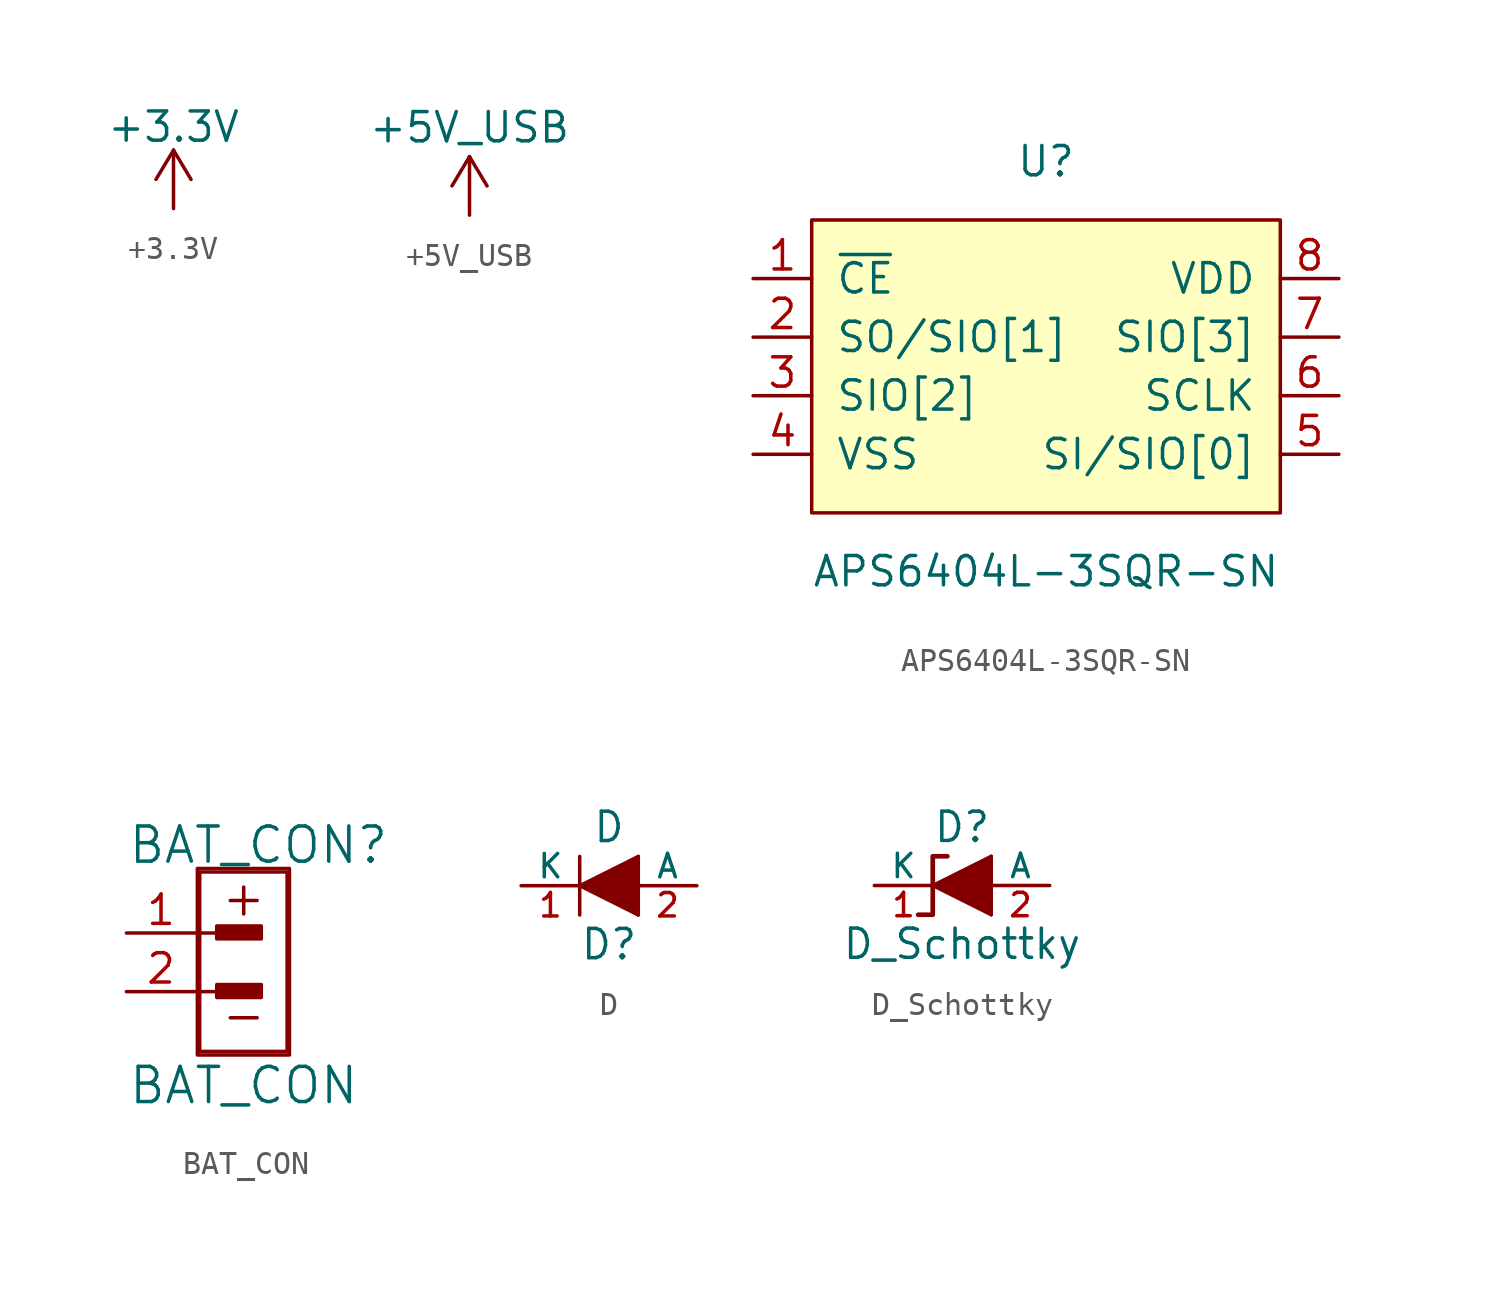
<source format=kicad_sym>
(kicad_symbol_lib
  (version 20241209)
  (generator "kicad_symbol_editor")
  (generator_version "9.0")
  (symbol "+3.3V"
    (power)
    (pin_names
      (offset 0))
    (property "Reference" "#PWR"
      (at 0 -3.81 0)
      (effects (font (size 1.27 1.27)) (hide yes)))
    (property "Value" "+3.3V"
      (at 0 3.556 0)
      (effects (font (size 1.27 1.27))))
    (property "Footprint" ""
      (at 0 0 0)
      (effects (font (size 1.524 1.524))))
    (property "Datasheet" ""
      (at 0 0 0)
      (effects (font (size 1.524 1.524))))
    (symbol "+3.3V_0_1"
      (polyline (pts (xy -0.762 1.27) (xy 0 2.54)) (stroke (width 0) (type solid)) (fill (type none)))
      (polyline (pts (xy 0 2.54) (xy 0.762 1.27)) (stroke (width 0) (type solid)) (fill (type none)))
      (polyline (pts (xy 0 0) (xy 0 2.54)) (stroke (width 0) (type solid)) (fill (type none))))
    (symbol "+3.3V_1_1"
      (pin power_in line (at 0 0 90) (length 0) (hide yes) (name "+3.3V" (effects (font (size 1.27 1.27)))) (number "1" (effects (font (size 1.27 1.27)))))))
  (symbol "+5V_USB"
    (power)
    (pin_names
      (offset 0))
    (property "Reference" "#PWR"
      (at 0 -3.81 0)
      (effects (font (size 1.27 1.27)) (hide yes)))
    (property "Value" "+5V_USB"
      (at 0 3.81 0)
      (effects (font (size 1.27 1.27))))
    (symbol "+5V_USB_1_1"
      (polyline (pts (xy -0.762 1.27) (xy 0 2.54)) (stroke (width 0) (type solid)) (fill (type none)))
      (polyline (pts (xy 0 2.54) (xy 0.762 1.27)) (stroke (width 0) (type solid)) (fill (type none)))
      (polyline (pts (xy 0 0) (xy 0 2.54)) (stroke (width 0) (type solid)) (fill (type none)))
      (pin power_in line (at 0 0 90) (length 0) (hide yes) (name "+5V_USB" (effects (font (size 1.27 1.27)))) (number "1" (effects (font (size 1.27 1.27)))))))
  (symbol "APS6404L-3SQR-SN"
    (pin_names
      (offset 1.016))
    (property "Reference" "U"
      (at 0 7.62 0)
      (effects (font (size 1.27 1.27))))
    (property "Value" "APS6404L-3SQR-SN"
      (at 0 -10.16 0)
      (effects (font (size 1.27 1.27))))
    (symbol "APS6404L-3SQR-SN_0_1"
      (rectangle (start -10.16 5.08) (end 10.16 -7.62) (stroke (width 0) (type solid)) (fill (type background))))
    (symbol "APS6404L-3SQR-SN_1_1"
      (pin input line (at -12.7 2.54 0) (length 2.54) (name "~{CE}" (effects (font (size 1.27 1.27)))) (number "1" (effects (font (size 1.27 1.27)))))
      (pin bidirectional line (at -12.7 0 0) (length 2.54) (name "SO/SIO[1]" (effects (font (size 1.27 1.27)))) (number "2" (effects (font (size 1.27 1.27)))))
      (pin bidirectional line (at -12.7 -2.54 0) (length 2.54) (name "SIO[2]" (effects (font (size 1.27 1.27)))) (number "3" (effects (font (size 1.27 1.27)))))
      (pin power_in line (at -12.7 -5.08 0) (length 2.54) (name "VSS" (effects (font (size 1.27 1.27)))) (number "4" (effects (font (size 1.27 1.27)))))
      (pin power_in line (at 12.7 2.54 180) (length 2.54) (name "VDD" (effects (font (size 1.27 1.27)))) (number "8" (effects (font (size 1.27 1.27)))))
      (pin bidirectional line (at 12.7 0 180) (length 2.54) (name "SIO[3]" (effects (font (size 1.27 1.27)))) (number "7" (effects (font (size 1.27 1.27)))))
      (pin input line (at 12.7 -2.54 180) (length 2.54) (name "SCLK" (effects (font (size 1.27 1.27)))) (number "6" (effects (font (size 1.27 1.27)))))
      (pin bidirectional line (at 12.7 -5.08 180) (length 2.54) (name "SI/SIO[0]" (effects (font (size 1.27 1.27)))) (number "5" (effects (font (size 1.27 1.27)))))))
  (symbol "BAT_CON"
    (pin_names
      (offset 1.016))
    (property "Reference" "BAT_CON"
      (at 0.635 5.08 0)
      (effects (font (size 1.524 1.524))))
    (property "Value" "BAT_CON"
      (at 0 -5.334 0)
      (effects (font (size 1.524 1.524))))
    (property "Footprint" ""
      (at 0 0 0)
      (effects (font (size 1.524 1.524))))
    (property "Datasheet" ""
      (at 0 0 0)
      (effects (font (size 1.524 1.524))))
    (symbol "BAT_CON_0_0"
      (rectangle (start -2.007 4.064) (end 1.981 -4.013) (stroke (width 0) (type solid)) (fill (type none)))
      (rectangle (start -1.905 3.912) (end 1.88 -3.861) (stroke (width 0) (type solid)) (fill (type none)))
      (polyline (pts (xy -1.905 1.27) (xy -1.143 1.27)) (stroke (width 0) (type solid)) (fill (type none)))
      (polyline (pts (xy -1.905 -1.27) (xy -1.143 -1.27)) (stroke (width 0) (type solid)) (fill (type none)))
      (rectangle (start -1.168 1.575) (end 0.762 1.016) (stroke (width 0) (type solid)) (fill (type none)))
      (rectangle (start -1.168 -0.965) (end 0.762 -1.524) (stroke (width 0) (type solid)) (fill (type none)))
      (rectangle (start -1.041 1.372) (end 0.635 1.168) (stroke (width 0) (type solid)) (fill (type none)))
      (rectangle (start -0.94 -1.143) (end 0.737 -1.346) (stroke (width 0) (type solid)) (fill (type none)))
      (rectangle (start 0.686 1.245) (end -0.965 1.346) (stroke (width 0) (type solid)) (fill (type none)))
      (rectangle (start 0.711 1.118) (end -1.067 1.473) (stroke (width 0) (type solid)) (fill (type none)))
      (rectangle (start 0.711 -1.321) (end -0.94 -1.219) (stroke (width 0) (type solid)) (fill (type none)))
      (rectangle (start 0.737 -1.422) (end -1.041 -1.067) (stroke (width 0) (type solid)) (fill (type none)))
      (text "+" (at 0 2.794 0) (effects (font (size 1.524 1.524))))
      (text "-" (at 0 -2.286 0) (effects (font (size 1.524 1.524)))))
    (symbol "BAT_CON_1_1"
      (pin passive line (at -5.08 1.27 0) (length 2.997) (name "~" (effects (font (size 1.27 1.27)))) (number "1" (effects (font (size 1.27 1.27)))))
      (pin passive line (at -5.08 -1.27 0) (length 2.997) (name "~" (effects (font (size 1.27 1.27)))) (number "2" (effects (font (size 1.27 1.27)))))))
  (symbol "D"
    (pin_names
      (offset 0))
    (property "Reference" "D"
      (at 0 -2.54 0)
      (effects (font (size 1.27 1.27))))
    (property "Value" "D"
      (at 0 2.54 0)
      (effects (font (size 1.27 1.27))))
    (property "Footprint" ""
      (at 0 0 0)
      (effects (font (size 1.524 1.524))))
    (property "Datasheet" ""
      (at 0 0 0)
      (effects (font (size 1.524 1.524))))
    (symbol "D_0_1"
      (polyline (pts (xy -1.27 -1.27) (xy -1.27 1.27)) (stroke (width 0.152) (type solid)) (fill (type none)))
      (rectangle (start 1.27 1.27) (end 1.27 -1.27) (stroke (width 0) (type solid)) (fill (type none)))
      (polyline (pts (xy 1.27 -1.27) (xy -1.27 0) (xy 1.27 1.27)) (stroke (width 0) (type solid)) (fill (type outline))))
    (symbol "D_1_1"
      (pin passive line (at -3.81 0 0) (length 2.54) (name "K" (effects (font (size 1.016 1.016)))) (number "1" (effects (font (size 1.016 1.016)))))
      (pin passive line (at 3.81 0 180) (length 2.54) (name "A" (effects (font (size 1.016 1.016)))) (number "2" (effects (font (size 1.016 1.016)))))))
  (symbol "D_Schottky"
    (pin_names
      (offset 0))
    (property "Reference" "D"
      (at 0 2.54 0)
      (effects (font (size 1.27 1.27))))
    (property "Value" "D_Schottky"
      (at 0 -2.54 0)
      (effects (font (size 1.27 1.27))))
    (property "Footprint" ""
      (at 0 0 0)
      (effects (font (size 1.524 1.524))))
    (property "Datasheet" ""
      (at 0 0 0)
      (effects (font (size 1.524 1.524))))
    (symbol "D_Schottky_0_1"
      (polyline (pts (xy -0.635 1.27) (xy -1.27 1.27) (xy -1.27 -1.27) (xy -1.905 -1.27)) (stroke (width 0.203) (type solid)) (fill (type none)))
      (rectangle (start 1.27 1.27) (end 1.27 -1.27) (stroke (width 0) (type solid)) (fill (type none)))
      (polyline (pts (xy 1.27 -1.27) (xy -1.27 0) (xy 1.27 1.27)) (stroke (width 0) (type solid)) (fill (type outline))))
    (symbol "D_Schottky_1_1"
      (pin passive line (at -3.81 0 0) (length 2.54) (name "K" (effects (font (size 1.016 1.016)))) (number "1" (effects (font (size 1.016 1.016)))))
      (pin passive line (at 3.81 0 180) (length 2.54) (name "A" (effects (font (size 1.016 1.016)))) (number "2" (effects (font (size 1.016 1.016))))))))
</source>
